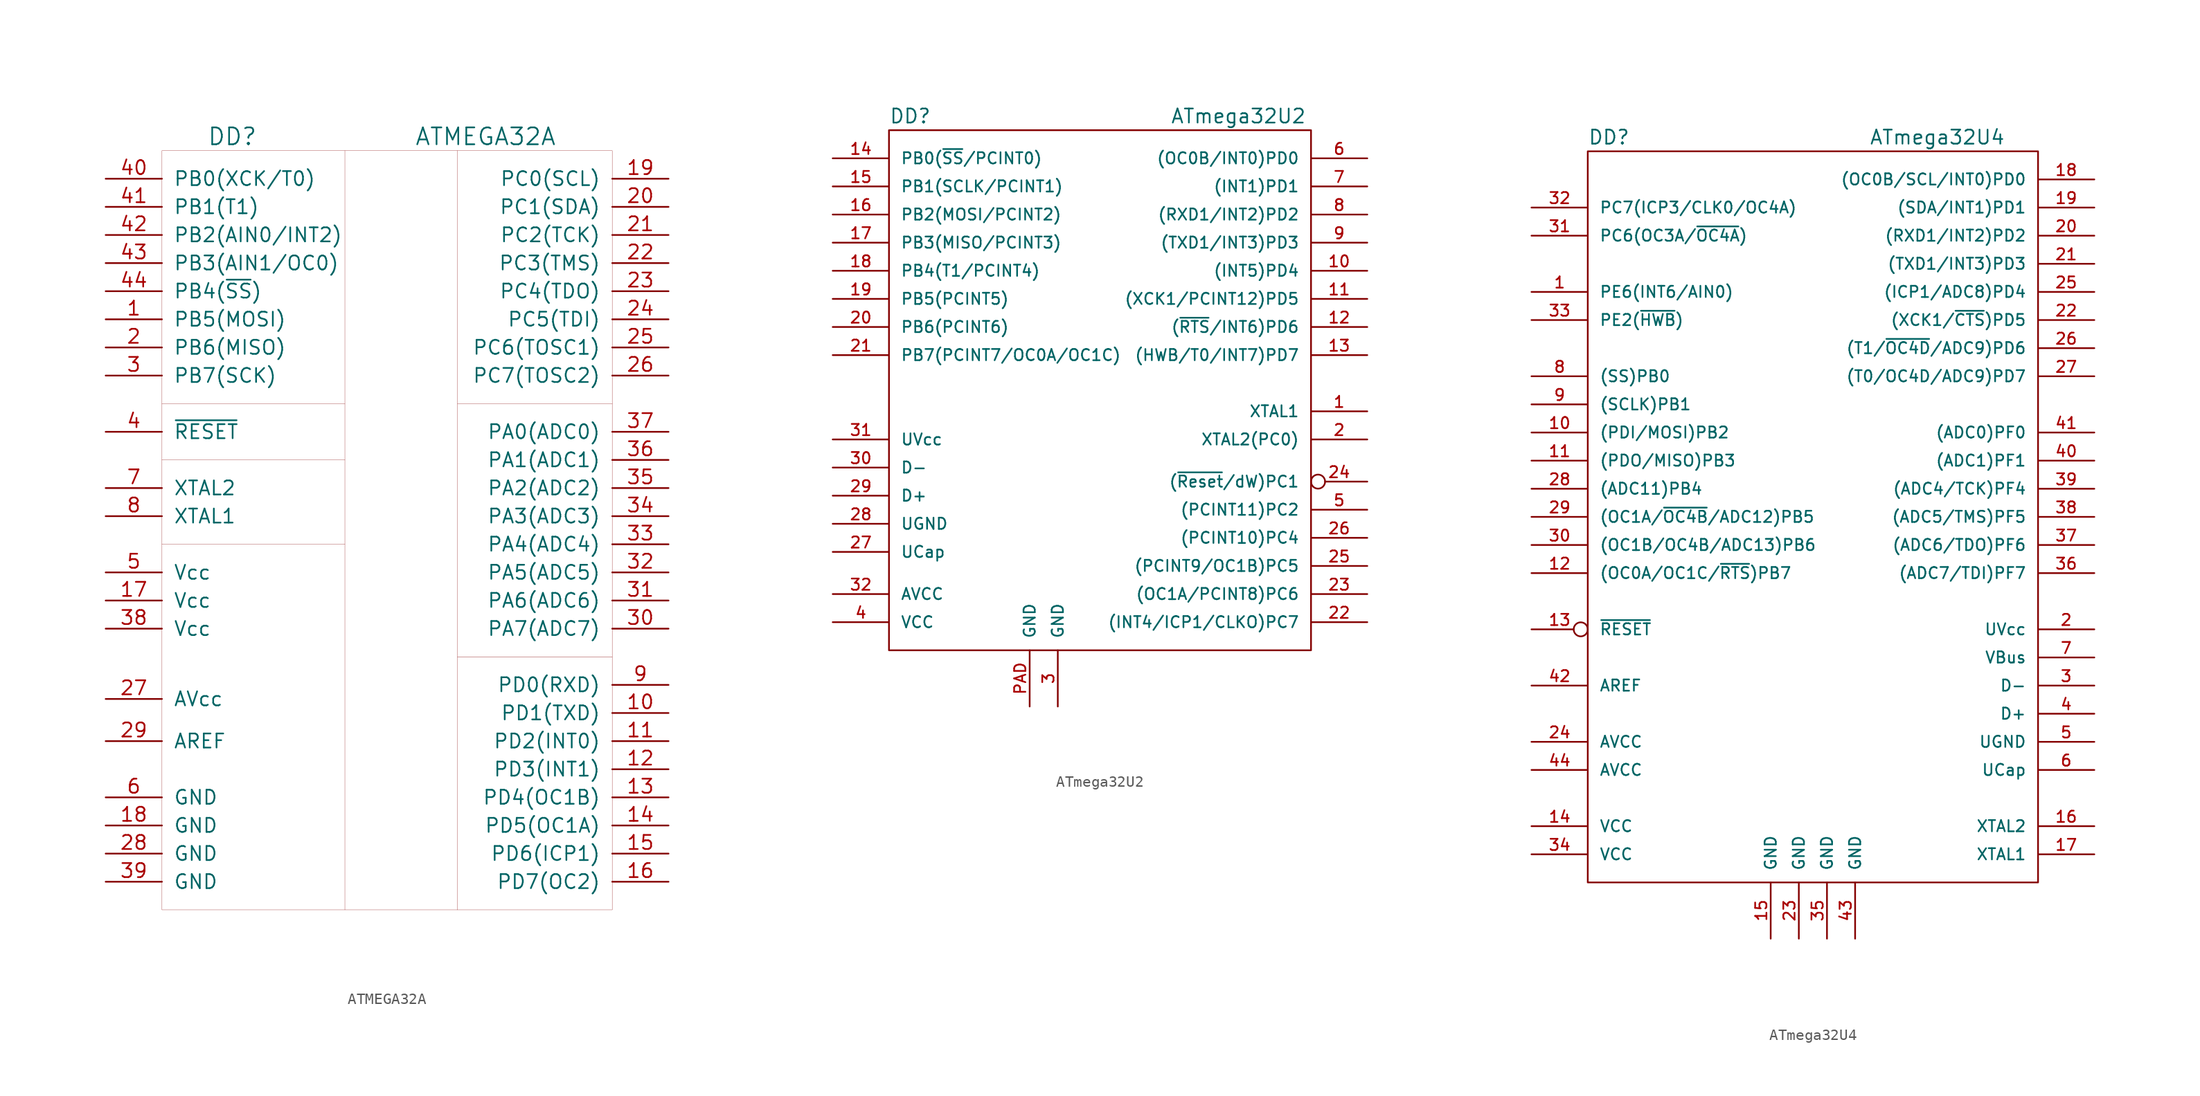
<source format=kicad_sym>
(kicad_symbol_lib
  (version 20200908)
  (generator kicad_symbol_editor)
  (symbol "Atmel_kl:ATMEGA32A"
    (pin_names
      (offset 1.016))
    (property "Reference" "DD"
      (at -15.24 35.56 0)
      (effects (font (size 1.524 1.524))))
    (property "Value" "ATMEGA32A"
      (at 7.62 35.56 0)
      (effects (font (size 1.524 1.524))))
    (property "Footprint" ""
      (at 0 0 0)
      (effects (font (size 1.524 1.524))))
    (property "Datasheet" ""
      (at 0 0 0)
      (effects (font (size 1.524 1.524))))
    (symbol "ATMEGA32A_0_1"
      (rectangle (start -21.59 34.29) (end 19.05 -34.29) (stroke (width 0.001)) (fill (type none)))
      (polyline (pts (xy -5.08 34.29) (xy -5.08 -34.29)) (stroke (width 0.001)) (fill (type none)))
      (polyline (pts (xy 5.08 -34.29) (xy 5.08 34.29)) (stroke (width 0.001)) (fill (type none)))
      (polyline (pts (xy 19.05 -11.43) (xy 5.08 -11.43)) (stroke (width 0.001)) (fill (type none)))
      (polyline (pts (xy 19.05 11.43) (xy 5.08 11.43)) (stroke (width 0.001)) (fill (type none)))
      (polyline (pts (xy -21.59 11.43) (xy -5.08 11.43)) (stroke (width 0.001)) (fill (type none)))
      (polyline (pts (xy -21.59 6.35) (xy -5.08 6.35)) (stroke (width 0.001)) (fill (type none)))
      (polyline (pts (xy -21.59 -1.27) (xy -5.08 -1.27)) (stroke (width 0.001)) (fill (type none))))
    (symbol "ATMEGA32A_1_1"
      (pin passive line (at -26.67 19.05 0) (length 5.08) (name "PB5(MOSI)" (effects (font (size 1.27 1.27)))) (number "1" (effects (font (size 1.27 1.27)))))
      (pin passive line (at -26.67 16.51 0) (length 5.08) (name "PB6(MISO)" (effects (font (size 1.27 1.27)))) (number "2" (effects (font (size 1.27 1.27)))))
      (pin passive line (at -26.67 13.97 0) (length 5.08) (name "PB7(SCK)" (effects (font (size 1.27 1.27)))) (number "3" (effects (font (size 1.27 1.27)))))
      (pin passive line (at -26.67 8.89 0) (length 5.08) (name "~RESET" (effects (font (size 1.27 1.27)))) (number "4" (effects (font (size 1.27 1.27)))))
      (pin power_in line (at -26.67 -3.81 0) (length 5.08) (name "Vcc" (effects (font (size 1.27 1.27)))) (number "5" (effects (font (size 1.27 1.27)))))
      (pin power_in line (at -26.67 -24.13 0) (length 5.08) (name "GND" (effects (font (size 1.27 1.27)))) (number "6" (effects (font (size 1.27 1.27)))))
      (pin passive line (at -26.67 3.81 0) (length 5.08) (name "XTAL2" (effects (font (size 1.27 1.27)))) (number "7" (effects (font (size 1.27 1.27)))))
      (pin passive line (at -26.67 1.27 0) (length 5.08) (name "XTAL1" (effects (font (size 1.27 1.27)))) (number "8" (effects (font (size 1.27 1.27)))))
      (pin passive line (at 24.13 -13.97 180) (length 5.08) (name "PD0(RXD)" (effects (font (size 1.27 1.27)))) (number "9" (effects (font (size 1.27 1.27)))))
      (pin passive line (at 24.13 -16.51 180) (length 5.08) (name "PD1(TXD)" (effects (font (size 1.27 1.27)))) (number "10" (effects (font (size 1.27 1.27)))))
      (pin passive line (at 24.13 29.21 180) (length 5.08) (name "PC1(SDA)" (effects (font (size 1.27 1.27)))) (number "20" (effects (font (size 1.27 1.27)))))
      (pin passive line (at 24.13 -8.89 180) (length 5.08) (name "PA7(ADC7)" (effects (font (size 1.27 1.27)))) (number "30" (effects (font (size 1.27 1.27)))))
      (pin passive line (at -26.67 31.75 0) (length 5.08) (name "PB0(XCK/T0)" (effects (font (size 1.27 1.27)))) (number "40" (effects (font (size 1.27 1.27)))))
      (pin passive line (at 24.13 -19.05 180) (length 5.08) (name "PD2(INT0)" (effects (font (size 1.27 1.27)))) (number "11" (effects (font (size 1.27 1.27)))))
      (pin passive line (at 24.13 26.67 180) (length 5.08) (name "PC2(TCK)" (effects (font (size 1.27 1.27)))) (number "21" (effects (font (size 1.27 1.27)))))
      (pin passive line (at 24.13 -6.35 180) (length 5.08) (name "PA6(ADC6)" (effects (font (size 1.27 1.27)))) (number "31" (effects (font (size 1.27 1.27)))))
      (pin passive line (at -26.67 29.21 0) (length 5.08) (name "PB1(T1)" (effects (font (size 1.27 1.27)))) (number "41" (effects (font (size 1.27 1.27)))))
      (pin passive line (at 24.13 -21.59 180) (length 5.08) (name "PD3(INT1)" (effects (font (size 1.27 1.27)))) (number "12" (effects (font (size 1.27 1.27)))))
      (pin passive line (at 24.13 24.13 180) (length 5.08) (name "PC3(TMS)" (effects (font (size 1.27 1.27)))) (number "22" (effects (font (size 1.27 1.27)))))
      (pin passive line (at 24.13 -3.81 180) (length 5.08) (name "PA5(ADC5)" (effects (font (size 1.27 1.27)))) (number "32" (effects (font (size 1.27 1.27)))))
      (pin passive line (at -26.67 26.67 0) (length 5.08) (name "PB2(AIN0/INT2)" (effects (font (size 1.27 1.27)))) (number "42" (effects (font (size 1.27 1.27)))))
      (pin passive line (at 24.13 -24.13 180) (length 5.08) (name "PD4(OC1B)" (effects (font (size 1.27 1.27)))) (number "13" (effects (font (size 1.27 1.27)))))
      (pin passive line (at 24.13 21.59 180) (length 5.08) (name "PC4(TDO)" (effects (font (size 1.27 1.27)))) (number "23" (effects (font (size 1.27 1.27)))))
      (pin passive line (at 24.13 -1.27 180) (length 5.08) (name "PA4(ADC4)" (effects (font (size 1.27 1.27)))) (number "33" (effects (font (size 1.27 1.27)))))
      (pin passive line (at -26.67 24.13 0) (length 5.08) (name "PB3(AIN1/OC0)" (effects (font (size 1.27 1.27)))) (number "43" (effects (font (size 1.27 1.27)))))
      (pin passive line (at 24.13 -26.67 180) (length 5.08) (name "PD5(OC1A)" (effects (font (size 1.27 1.27)))) (number "14" (effects (font (size 1.27 1.27)))))
      (pin passive line (at 24.13 19.05 180) (length 5.08) (name "PC5(TDI)" (effects (font (size 1.27 1.27)))) (number "24" (effects (font (size 1.27 1.27)))))
      (pin passive line (at 24.13 1.27 180) (length 5.08) (name "PA3(ADC3)" (effects (font (size 1.27 1.27)))) (number "34" (effects (font (size 1.27 1.27)))))
      (pin passive line (at -26.67 21.59 0) (length 5.08) (name "PB4(~SS~)" (effects (font (size 1.27 1.27)))) (number "44" (effects (font (size 1.27 1.27)))))
      (pin passive line (at 24.13 -29.21 180) (length 5.08) (name "PD6(ICP1)" (effects (font (size 1.27 1.27)))) (number "15" (effects (font (size 1.27 1.27)))))
      (pin passive line (at 24.13 16.51 180) (length 5.08) (name "PC6(TOSC1)" (effects (font (size 1.27 1.27)))) (number "25" (effects (font (size 1.27 1.27)))))
      (pin passive line (at 24.13 3.81 180) (length 5.08) (name "PA2(ADC2)" (effects (font (size 1.27 1.27)))) (number "35" (effects (font (size 1.27 1.27)))))
      (pin passive line (at 24.13 -31.75 180) (length 5.08) (name "PD7(OC2)" (effects (font (size 1.27 1.27)))) (number "16" (effects (font (size 1.27 1.27)))))
      (pin passive line (at 24.13 13.97 180) (length 5.08) (name "PC7(TOSC2)" (effects (font (size 1.27 1.27)))) (number "26" (effects (font (size 1.27 1.27)))))
      (pin passive line (at 24.13 6.35 180) (length 5.08) (name "PA1(ADC1)" (effects (font (size 1.27 1.27)))) (number "36" (effects (font (size 1.27 1.27)))))
      (pin power_in line (at -26.67 -6.35 0) (length 5.08) (name "Vcc" (effects (font (size 1.27 1.27)))) (number "17" (effects (font (size 1.27 1.27)))))
      (pin power_in line (at -26.67 -15.24 0) (length 5.08) (name "AVcc" (effects (font (size 1.27 1.27)))) (number "27" (effects (font (size 1.27 1.27)))))
      (pin passive line (at 24.13 8.89 180) (length 5.08) (name "PA0(ADC0)" (effects (font (size 1.27 1.27)))) (number "37" (effects (font (size 1.27 1.27)))))
      (pin power_in line (at -26.67 -26.67 0) (length 5.08) (name "GND" (effects (font (size 1.27 1.27)))) (number "18" (effects (font (size 1.27 1.27)))))
      (pin power_in line (at -26.67 -29.21 0) (length 5.08) (name "GND" (effects (font (size 1.27 1.27)))) (number "28" (effects (font (size 1.27 1.27)))))
      (pin power_in line (at -26.67 -8.89 0) (length 5.08) (name "Vcc" (effects (font (size 1.27 1.27)))) (number "38" (effects (font (size 1.27 1.27)))))
      (pin passive line (at 24.13 31.75 180) (length 5.08) (name "PC0(SCL)" (effects (font (size 1.27 1.27)))) (number "19" (effects (font (size 1.27 1.27)))))
      (pin passive line (at -26.67 -19.05 0) (length 5.08) (name "AREF" (effects (font (size 1.27 1.27)))) (number "29" (effects (font (size 1.27 1.27)))))
      (pin power_in line (at -26.67 -31.75 0) (length 5.08) (name "GND" (effects (font (size 1.27 1.27)))) (number "39" (effects (font (size 1.27 1.27)))))))
  (symbol "Atmel_kl:ATmega32U2"
    (pin_names
      (offset 1.016))
    (property "Reference" "DD"
      (at -19.05 22.86 0)
      (effects (font (size 1.27 1.27)) (justify left)))
    (property "Value" "ATmega32U2"
      (at 6.35 22.86 0)
      (effects (font (size 1.27 1.27)) (justify left)))
    (property "Datasheet" ""
      (at 0 0 0)
      (effects (font (size 1.524 1.524))))
    (symbol "ATmega32U2_0_1"
      (rectangle (start -19.05 21.59) (end 19.05 -25.4) (stroke (width 0)) (fill (type none))))
    (symbol "ATmega32U2_1_1"
      (pin passive line (at 24.13 -3.81 180) (length 5.08) (name "XTAL1" (effects (font (size 1.016 1.016)))) (number "1" (effects (font (size 1.016 1.016)))))
      (pin passive line (at 24.13 -6.35 180) (length 5.08) (name "XTAL2(PC0)" (effects (font (size 1.016 1.016)))) (number "2" (effects (font (size 1.016 1.016)))))
      (pin power_in line (at -3.81 -30.48 90) (length 5.08) (name "GND" (effects (font (size 1.016 1.016)))) (number "3" (effects (font (size 1.016 1.016)))))
      (pin power_in line (at -24.13 -22.86 0) (length 5.08) (name "VCC" (effects (font (size 1.016 1.016)))) (number "4" (effects (font (size 1.016 1.016)))))
      (pin passive line (at 24.13 -12.7 180) (length 5.08) (name "(PCINT11)PC2" (effects (font (size 1.016 1.016)))) (number "5" (effects (font (size 1.016 1.016)))))
      (pin passive line (at 24.13 19.05 180) (length 5.08) (name "(OC0B/INT0)PD0" (effects (font (size 1.016 1.016)))) (number "6" (effects (font (size 1.016 1.016)))))
      (pin passive line (at 24.13 16.51 180) (length 5.08) (name "(INT1)PD1" (effects (font (size 1.016 1.016)))) (number "7" (effects (font (size 1.016 1.016)))))
      (pin passive line (at 24.13 13.97 180) (length 5.08) (name "(RXD1/INT2)PD2" (effects (font (size 1.016 1.016)))) (number "8" (effects (font (size 1.016 1.016)))))
      (pin passive line (at 24.13 11.43 180) (length 5.08) (name "(TXD1/INT3)PD3" (effects (font (size 1.016 1.016)))) (number "9" (effects (font (size 1.016 1.016)))))
      (pin passive line (at 24.13 8.89 180) (length 5.08) (name "(INT5)PD4" (effects (font (size 1.016 1.016)))) (number "10" (effects (font (size 1.016 1.016)))))
      (pin bidirectional line (at -24.13 3.81 0) (length 5.08) (name "PB6(PCINT6)" (effects (font (size 1.016 1.016)))) (number "20" (effects (font (size 1.016 1.016)))))
      (pin bidirectional line (at -24.13 -8.89 0) (length 5.08) (name "D-" (effects (font (size 1.016 1.016)))) (number "30" (effects (font (size 1.016 1.016)))))
      (pin passive line (at 24.13 6.35 180) (length 5.08) (name "(XCK1/PCINT12)PD5" (effects (font (size 1.016 1.016)))) (number "11" (effects (font (size 1.016 1.016)))))
      (pin bidirectional line (at -24.13 1.27 0) (length 5.08) (name "PB7(PCINT7/OC0A/OC1C)" (effects (font (size 1.016 1.016)))) (number "21" (effects (font (size 1.016 1.016)))))
      (pin power_in line (at -24.13 -6.35 0) (length 5.08) (name "UVcc" (effects (font (size 1.016 1.016)))) (number "31" (effects (font (size 1.016 1.016)))))
      (pin passive line (at 24.13 3.81 180) (length 5.08) (name "(~RTS~/INT6)PD6" (effects (font (size 1.016 1.016)))) (number "12" (effects (font (size 1.016 1.016)))))
      (pin passive line (at 24.13 -22.86 180) (length 5.08) (name "(INT4/ICP1/CLKO)PC7" (effects (font (size 1.016 1.016)))) (number "22" (effects (font (size 1.016 1.016)))))
      (pin power_in line (at -24.13 -20.32 0) (length 5.08) (name "AVCC" (effects (font (size 1.016 1.016)))) (number "32" (effects (font (size 1.016 1.016)))))
      (pin passive line (at 24.13 1.27 180) (length 5.08) (name "(HWB/T0/INT7)PD7" (effects (font (size 1.016 1.016)))) (number "13" (effects (font (size 1.016 1.016)))))
      (pin passive line (at 24.13 -20.32 180) (length 5.08) (name "(OC1A/PCINT8)PC6" (effects (font (size 1.016 1.016)))) (number "23" (effects (font (size 1.016 1.016)))))
      (pin bidirectional line (at -24.13 19.05 0) (length 5.08) (name "PB0(~SS~/PCINT0)" (effects (font (size 1.016 1.016)))) (number "14" (effects (font (size 1.016 1.016)))))
      (pin passive inverted (at 24.13 -10.16 180) (length 5.08) (name "(~Reset~/dW)PC1" (effects (font (size 1.016 1.016)))) (number "24" (effects (font (size 1.016 1.016)))))
      (pin bidirectional line (at -24.13 16.51 0) (length 5.08) (name "PB1(SCLK/PCINT1)" (effects (font (size 1.016 1.016)))) (number "15" (effects (font (size 1.016 1.016)))))
      (pin passive line (at 24.13 -17.78 180) (length 5.08) (name "(PCINT9/OC1B)PC5" (effects (font (size 1.016 1.016)))) (number "25" (effects (font (size 1.016 1.016)))))
      (pin bidirectional line (at -24.13 13.97 0) (length 5.08) (name "PB2(MOSI/PCINT2)" (effects (font (size 1.016 1.016)))) (number "16" (effects (font (size 1.016 1.016)))))
      (pin passive line (at 24.13 -15.24 180) (length 5.08) (name "(PCINT10)PC4" (effects (font (size 1.016 1.016)))) (number "26" (effects (font (size 1.016 1.016)))))
      (pin bidirectional line (at -24.13 11.43 0) (length 5.08) (name "PB3(MISO/PCINT3)" (effects (font (size 1.016 1.016)))) (number "17" (effects (font (size 1.016 1.016)))))
      (pin passive line (at -24.13 -16.51 0) (length 5.08) (name "UCap" (effects (font (size 1.016 1.016)))) (number "27" (effects (font (size 1.016 1.016)))))
      (pin bidirectional line (at -24.13 8.89 0) (length 5.08) (name "PB4(T1/PCINT4)" (effects (font (size 1.016 1.016)))) (number "18" (effects (font (size 1.016 1.016)))))
      (pin power_in line (at -24.13 -13.97 0) (length 5.08) (name "UGND" (effects (font (size 1.016 1.016)))) (number "28" (effects (font (size 1.016 1.016)))))
      (pin bidirectional line (at -24.13 6.35 0) (length 5.08) (name "PB5(PCINT5)" (effects (font (size 1.016 1.016)))) (number "19" (effects (font (size 1.016 1.016)))))
      (pin bidirectional line (at -24.13 -11.43 0) (length 5.08) (name "D+" (effects (font (size 1.016 1.016)))) (number "29" (effects (font (size 1.016 1.016)))))
      (pin power_in line (at -6.35 -30.48 90) (length 5.08) (name "GND" (effects (font (size 1.016 1.016)))) (number "PAD" (effects (font (size 1.016 1.016)))))))
  (symbol "Atmel_kl:ATmega32U4"
    (pin_names
      (offset 1.016))
    (property "Reference" "DD"
      (at -20.32 33.02 0)
      (effects (font (size 1.27 1.27)) (justify left)))
    (property "Value" "ATmega32U4"
      (at 5.08 33.02 0)
      (effects (font (size 1.27 1.27)) (justify left)))
    (property "Datasheet" ""
      (at 0 0 0)
      (effects (font (size 1.524 1.524))))
    (symbol "ATmega32U4_0_1"
      (rectangle (start 20.32 31.75) (end -20.32 -34.29) (stroke (width 0)) (fill (type none))))
    (symbol "ATmega32U4_1_1"
      (pin input line (at -25.4 19.05 0) (length 5.08) (name "PE6(INT6/AIN0)" (effects (font (size 1.016 1.016)))) (number "1" (effects (font (size 1.016 1.016)))))
      (pin power_in line (at 25.4 -11.43 180) (length 5.08) (name "UVcc" (effects (font (size 1.016 1.016)))) (number "2" (effects (font (size 1.016 1.016)))))
      (pin bidirectional line (at 25.4 -16.51 180) (length 5.08) (name "D-" (effects (font (size 1.016 1.016)))) (number "3" (effects (font (size 1.016 1.016)))))
      (pin bidirectional line (at 25.4 -19.05 180) (length 5.08) (name "D+" (effects (font (size 1.016 1.016)))) (number "4" (effects (font (size 1.016 1.016)))))
      (pin power_in line (at 25.4 -21.59 180) (length 5.08) (name "UGND" (effects (font (size 1.016 1.016)))) (number "5" (effects (font (size 1.016 1.016)))))
      (pin passive line (at 25.4 -24.13 180) (length 5.08) (name "UCap" (effects (font (size 1.016 1.016)))) (number "6" (effects (font (size 1.016 1.016)))))
      (pin power_in line (at 25.4 -13.97 180) (length 5.08) (name "VBus" (effects (font (size 1.016 1.016)))) (number "7" (effects (font (size 1.016 1.016)))))
      (pin bidirectional line (at -25.4 11.43 0) (length 5.08) (name "(SS)PB0" (effects (font (size 1.016 1.016)))) (number "8" (effects (font (size 1.016 1.016)))))
      (pin bidirectional line (at -25.4 8.89 0) (length 5.08) (name "(SCLK)PB1" (effects (font (size 1.016 1.016)))) (number "9" (effects (font (size 1.016 1.016)))))
      (pin bidirectional line (at -25.4 6.35 0) (length 5.08) (name "(PDI/MOSI)PB2" (effects (font (size 1.016 1.016)))) (number "10" (effects (font (size 1.016 1.016)))))
      (pin passive line (at 25.4 24.13 180) (length 5.08) (name "(RXD1/INT2)PD2" (effects (font (size 1.016 1.016)))) (number "20" (effects (font (size 1.016 1.016)))))
      (pin bidirectional line (at -25.4 -3.81 0) (length 5.08) (name "(OC1B/OC4B/ADC13)PB6" (effects (font (size 1.016 1.016)))) (number "30" (effects (font (size 1.016 1.016)))))
      (pin passive line (at 25.4 3.81 180) (length 5.08) (name "(ADC1)PF1" (effects (font (size 1.016 1.016)))) (number "40" (effects (font (size 1.016 1.016)))))
      (pin bidirectional line (at -25.4 3.81 0) (length 5.08) (name "(PDO/MISO)PB3" (effects (font (size 1.016 1.016)))) (number "11" (effects (font (size 1.016 1.016)))))
      (pin passive line (at 25.4 21.59 180) (length 5.08) (name "(TXD1/INT3)PD3" (effects (font (size 1.016 1.016)))) (number "21" (effects (font (size 1.016 1.016)))))
      (pin passive line (at -25.4 24.13 0) (length 5.08) (name "PC6(OC3A/~OC4A~)" (effects (font (size 1.016 1.016)))) (number "31" (effects (font (size 1.016 1.016)))))
      (pin passive line (at 25.4 6.35 180) (length 5.08) (name "(ADC0)PF0" (effects (font (size 1.016 1.016)))) (number "41" (effects (font (size 1.016 1.016)))))
      (pin bidirectional line (at -25.4 -6.35 0) (length 5.08) (name "(OC0A/OC1C/~RTS~)PB7" (effects (font (size 1.016 1.016)))) (number "12" (effects (font (size 1.016 1.016)))))
      (pin passive line (at 25.4 16.51 180) (length 5.08) (name "(XCK1/~CTS~)PD5" (effects (font (size 1.016 1.016)))) (number "22" (effects (font (size 1.016 1.016)))))
      (pin passive line (at -25.4 26.67 0) (length 5.08) (name "PC7(ICP3/CLK0/OC4A)" (effects (font (size 1.016 1.016)))) (number "32" (effects (font (size 1.016 1.016)))))
      (pin bidirectional line (at -25.4 -16.51 0) (length 5.08) (name "AREF" (effects (font (size 1.016 1.016)))) (number "42" (effects (font (size 1.016 1.016)))))
      (pin input inverted (at -25.4 -11.43 0) (length 5.08) (name "~RESET" (effects (font (size 1.016 1.016)))) (number "13" (effects (font (size 1.016 1.016)))))
      (pin power_in line (at -1.27 -39.37 90) (length 5.08) (name "GND" (effects (font (size 1.016 1.016)))) (number "23" (effects (font (size 1.016 1.016)))))
      (pin bidirectional line (at -25.4 16.51 0) (length 5.08) (name "PE2(~HWB~)" (effects (font (size 1.016 1.016)))) (number "33" (effects (font (size 1.016 1.016)))))
      (pin power_in line (at 3.81 -39.37 90) (length 5.08) (name "GND" (effects (font (size 1.016 1.016)))) (number "43" (effects (font (size 1.016 1.016)))))
      (pin power_in line (at -25.4 -29.21 0) (length 5.08) (name "VCC" (effects (font (size 1.016 1.016)))) (number "14" (effects (font (size 1.016 1.016)))))
      (pin power_in line (at -25.4 -21.59 0) (length 5.08) (name "AVCC" (effects (font (size 1.016 1.016)))) (number "24" (effects (font (size 1.016 1.016)))))
      (pin power_in line (at -25.4 -31.75 0) (length 5.08) (name "VCC" (effects (font (size 1.016 1.016)))) (number "34" (effects (font (size 1.016 1.016)))))
      (pin power_in line (at -25.4 -24.13 0) (length 5.08) (name "AVCC" (effects (font (size 1.016 1.016)))) (number "44" (effects (font (size 1.016 1.016)))))
      (pin power_in line (at -3.81 -39.37 90) (length 5.08) (name "GND" (effects (font (size 1.016 1.016)))) (number "15" (effects (font (size 1.016 1.016)))))
      (pin passive line (at 25.4 19.05 180) (length 5.08) (name "(ICP1/ADC8)PD4" (effects (font (size 1.016 1.016)))) (number "25" (effects (font (size 1.016 1.016)))))
      (pin power_in line (at 1.27 -39.37 90) (length 5.08) (name "GND" (effects (font (size 1.016 1.016)))) (number "35" (effects (font (size 1.016 1.016)))))
      (pin bidirectional line (at 25.4 -29.21 180) (length 5.08) (name "XTAL2" (effects (font (size 1.016 1.016)))) (number "16" (effects (font (size 1.016 1.016)))))
      (pin passive line (at 25.4 13.97 180) (length 5.08) (name "(T1/~OC4D~/ADC9)PD6" (effects (font (size 1.016 1.016)))) (number "26" (effects (font (size 1.016 1.016)))))
      (pin passive line (at 25.4 -6.35 180) (length 5.08) (name "(ADC7/TDI)PF7" (effects (font (size 1.016 1.016)))) (number "36" (effects (font (size 1.016 1.016)))))
      (pin bidirectional line (at 25.4 -31.75 180) (length 5.08) (name "XTAL1" (effects (font (size 1.016 1.016)))) (number "17" (effects (font (size 1.016 1.016)))))
      (pin passive line (at 25.4 11.43 180) (length 5.08) (name "(T0/OC4D/ADC9)PD7" (effects (font (size 1.016 1.016)))) (number "27" (effects (font (size 1.016 1.016)))))
      (pin passive line (at 25.4 -3.81 180) (length 5.08) (name "(ADC6/TDO)PF6" (effects (font (size 1.016 1.016)))) (number "37" (effects (font (size 1.016 1.016)))))
      (pin passive line (at 25.4 29.21 180) (length 5.08) (name "(OC0B/SCL/INT0)PD0" (effects (font (size 1.016 1.016)))) (number "18" (effects (font (size 1.016 1.016)))))
      (pin bidirectional line (at -25.4 1.27 0) (length 5.08) (name "(ADC11)PB4" (effects (font (size 1.016 1.016)))) (number "28" (effects (font (size 1.016 1.016)))))
      (pin passive line (at 25.4 -1.27 180) (length 5.08) (name "(ADC5/TMS)PF5" (effects (font (size 1.016 1.016)))) (number "38" (effects (font (size 1.016 1.016)))))
      (pin passive line (at 25.4 26.67 180) (length 5.08) (name "(SDA/INT1)PD1" (effects (font (size 1.016 1.016)))) (number "19" (effects (font (size 1.016 1.016)))))
      (pin bidirectional line (at -25.4 -1.27 0) (length 5.08) (name "(OC1A/~OC4B~/ADC12)PB5" (effects (font (size 1.016 1.016)))) (number "29" (effects (font (size 1.016 1.016)))))
      (pin passive line (at 25.4 1.27 180) (length 5.08) (name "(ADC4/TCK)PF4" (effects (font (size 1.016 1.016)))) (number "39" (effects (font (size 1.016 1.016))))))))
</source>
